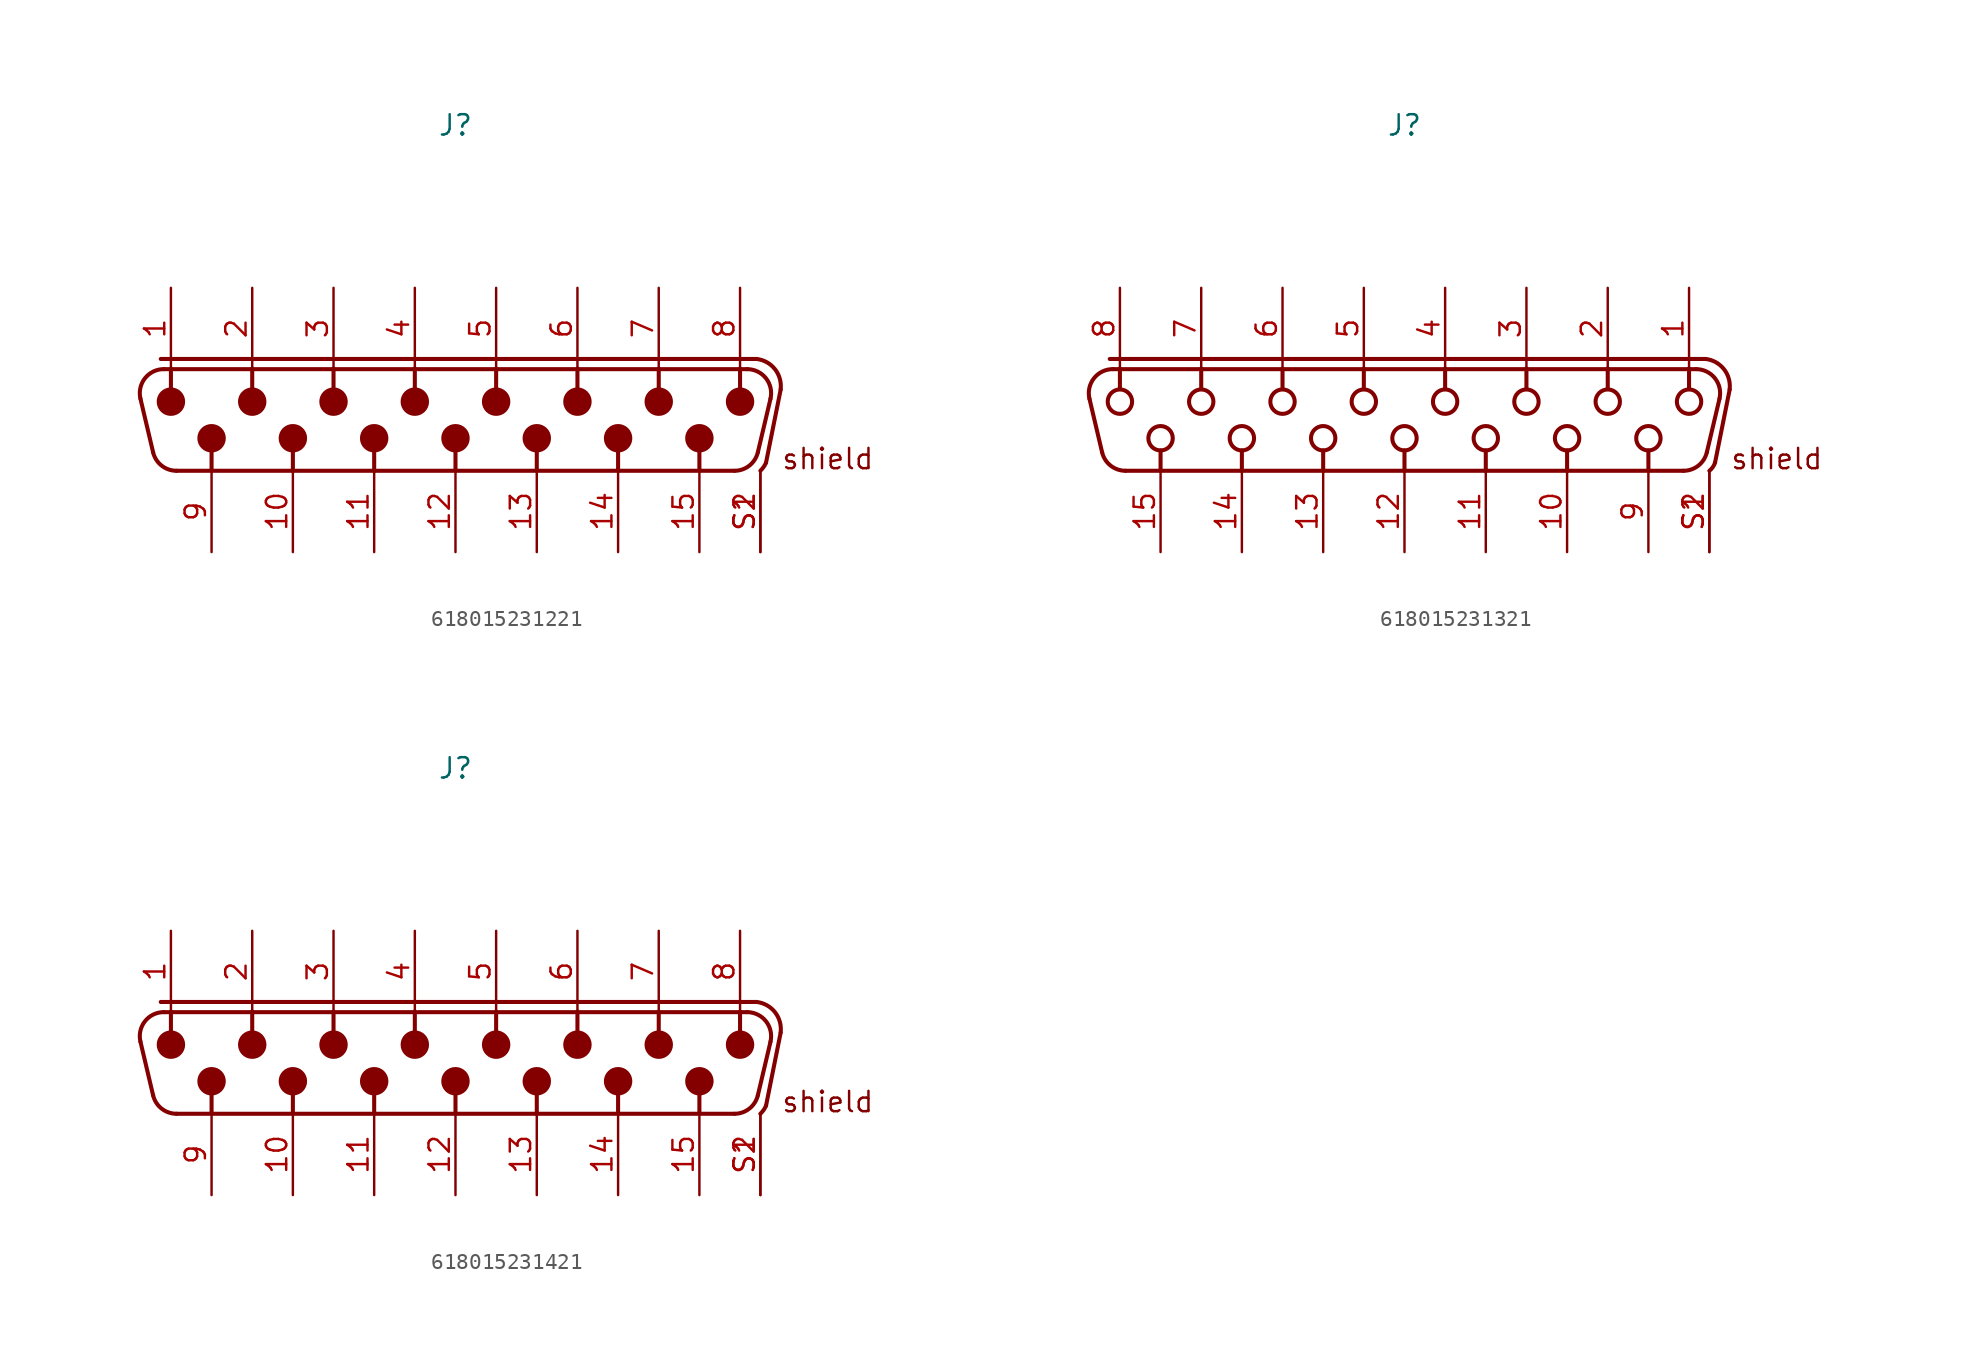
<source format=kicad_sym>
(kicad_symbol_lib
  (version 20241209)
  (generator "kicad_symbol_editor")
  (generator_version "9.0")
  (symbol "618015231221"
    (pin_names
      (hide yes))
    (property "Reference" "J"
      (at 0 17.78 0)
      (effects (font (size 1.27 1.27))))
    (symbol "618015231221_1_0"
      (polyline (pts (xy -18.893 -2.655) (xy -19.684 0.695)) (stroke (width 0.254) (type solid)) (fill (type none)))
      (polyline (pts (xy -18.415 3.175) (xy 18.82 3.175)) (stroke (width 0.254) (type solid)) (fill (type none)))
      (polyline (pts (xy -18.224 2.54) (xy 18.224 2.54)) (stroke (width 0.254) (type solid)) (fill (type none)))
      (arc (start -19.6842 0.695) (mid -19.4007 1.9707) (end -18.2243 2.54) (stroke (width 0.254) (type solid)) (fill (type none)))
      (polyline (pts (xy -17.78 2.58) (xy -17.78 0.4)) (stroke (width 0.254) (type solid)) (fill (type none)))
      (circle (center -17.78 0.508) (radius 0.762) (stroke (width 0.254) (type solid)) (fill (type outline)))
      (arc (start -17.433 -3.81) (mid -18.3638 -3.4862) (end -18.8928 -2.6547) (stroke (width 0.254) (type solid)) (fill (type none)))
      (circle (center -15.24 -1.778) (radius 0.762) (stroke (width 0.254) (type solid)) (fill (type outline)))
      (polyline (pts (xy -15.24 -3.81) (xy -15.24 -1.63)) (stroke (width 0.254) (type solid)) (fill (type none)))
      (polyline (pts (xy -12.7 2.58) (xy -12.7 0.4)) (stroke (width 0.254) (type solid)) (fill (type none)))
      (circle (center -12.7 0.508) (radius 0.762) (stroke (width 0.254) (type solid)) (fill (type outline)))
      (circle (center -10.16 -1.778) (radius 0.762) (stroke (width 0.254) (type solid)) (fill (type outline)))
      (polyline (pts (xy -10.16 -3.81) (xy -10.16 -1.63)) (stroke (width 0.254) (type solid)) (fill (type none)))
      (polyline (pts (xy -7.62 2.58) (xy -7.62 0.4)) (stroke (width 0.254) (type solid)) (fill (type none)))
      (circle (center -7.62 0.508) (radius 0.762) (stroke (width 0.254) (type solid)) (fill (type outline)))
      (circle (center -5.08 -1.778) (radius 0.762) (stroke (width 0.254) (type solid)) (fill (type outline)))
      (polyline (pts (xy -5.08 -3.81) (xy -5.08 -1.63)) (stroke (width 0.254) (type solid)) (fill (type none)))
      (polyline (pts (xy -2.54 2.58) (xy -2.54 0.4)) (stroke (width 0.254) (type solid)) (fill (type none)))
      (circle (center -2.54 0.508) (radius 0.762) (stroke (width 0.254) (type solid)) (fill (type outline)))
      (circle (center 0 -1.778) (radius 0.762) (stroke (width 0.254) (type solid)) (fill (type outline)))
      (polyline (pts (xy 0 -3.81) (xy 0 -1.63)) (stroke (width 0.254) (type solid)) (fill (type none)))
      (polyline (pts (xy 2.54 2.58) (xy 2.54 0.4)) (stroke (width 0.254) (type solid)) (fill (type none)))
      (circle (center 2.54 0.508) (radius 0.762) (stroke (width 0.254) (type solid)) (fill (type outline)))
      (circle (center 5.08 -1.778) (radius 0.762) (stroke (width 0.254) (type solid)) (fill (type outline)))
      (polyline (pts (xy 5.08 -3.81) (xy 5.08 -1.63)) (stroke (width 0.254) (type solid)) (fill (type none)))
      (polyline (pts (xy 7.62 2.58) (xy 7.62 0.4)) (stroke (width 0.254) (type solid)) (fill (type none)))
      (circle (center 7.62 0.508) (radius 0.762) (stroke (width 0.254) (type solid)) (fill (type outline)))
      (circle (center 10.16 -1.778) (radius 0.762) (stroke (width 0.254) (type solid)) (fill (type outline)))
      (polyline (pts (xy 10.16 -3.81) (xy 10.16 -1.63)) (stroke (width 0.254) (type solid)) (fill (type none)))
      (polyline (pts (xy 12.7 2.58) (xy 12.7 0.4)) (stroke (width 0.254) (type solid)) (fill (type none)))
      (circle (center 12.7 0.508) (radius 0.762) (stroke (width 0.254) (type solid)) (fill (type outline)))
      (circle (center 15.24 -1.778) (radius 0.762) (stroke (width 0.254) (type solid)) (fill (type outline)))
      (polyline (pts (xy 15.24 -3.81) (xy 15.24 -1.63)) (stroke (width 0.254) (type solid)) (fill (type none)))
      (arc (start 18.8928 -2.6548) (mid 18.3637 -3.4863) (end 17.4329 -3.81) (stroke (width 0.254) (type solid)) (fill (type none)))
      (polyline (pts (xy 17.433 -3.81) (xy -17.433 -3.81)) (stroke (width 0.254) (type solid)) (fill (type none)))
      (polyline (pts (xy 17.78 2.58) (xy 17.78 0.4)) (stroke (width 0.254) (type solid)) (fill (type none)))
      (circle (center 17.78 0.508) (radius 0.762) (stroke (width 0.254) (type solid)) (fill (type outline)))
      (arc (start 19.4039 -3.3037) (mid 19.2536 -3.5754) (end 19.05 -3.81) (stroke (width 0.254) (type solid)) (fill (type none)))
      (arc (start 18.2243 2.54) (mid 19.4007 1.9707) (end 19.6842 0.695) (stroke (width 0.254) (type solid)) (fill (type none)))
      (arc (start 18.82 3.175) (mid 19.9664 2.5346) (end 20.32 1.27) (stroke (width 0.254) (type solid)) (fill (type none)))
      (polyline (pts (xy 19.404 -3.304) (xy 20.32 1.27)) (stroke (width 0.254) (type solid)) (fill (type none)))
      (polyline (pts (xy 19.684 0.695) (xy 18.893 -2.655)) (stroke (width 0.254) (type solid)) (fill (type none)))
      (pin passive line (at -17.78 7.62 270) (length 5.08) (name "1" (effects (font (size 1.27 1.27)))) (number "1" (effects (font (size 1.27 1.27)))))
      (pin passive line (at -15.24 -8.89 90) (length 5.08) (name "9" (effects (font (size 1.27 1.27)))) (number "9" (effects (font (size 1.27 1.27)))))
      (pin passive line (at -12.7 7.62 270) (length 5.08) (name "2" (effects (font (size 1.27 1.27)))) (number "2" (effects (font (size 1.27 1.27)))))
      (pin passive line (at -10.16 -8.89 90) (length 5.08) (name "10" (effects (font (size 1.27 1.27)))) (number "10" (effects (font (size 1.27 1.27)))))
      (pin passive line (at -7.62 7.62 270) (length 5.08) (name "3" (effects (font (size 1.27 1.27)))) (number "3" (effects (font (size 1.27 1.27)))))
      (pin passive line (at -5.08 -8.89 90) (length 5.08) (name "11" (effects (font (size 1.27 1.27)))) (number "11" (effects (font (size 1.27 1.27)))))
      (pin passive line (at -2.54 7.62 270) (length 5.08) (name "4" (effects (font (size 1.27 1.27)))) (number "4" (effects (font (size 1.27 1.27)))))
      (pin passive line (at 0 -8.89 90) (length 5.08) (name "12" (effects (font (size 1.27 1.27)))) (number "12" (effects (font (size 1.27 1.27)))))
      (pin passive line (at 2.54 7.62 270) (length 5.08) (name "5" (effects (font (size 1.27 1.27)))) (number "5" (effects (font (size 1.27 1.27)))))
      (pin passive line (at 5.08 -8.89 90) (length 5.08) (name "13" (effects (font (size 1.27 1.27)))) (number "13" (effects (font (size 1.27 1.27)))))
      (pin passive line (at 7.62 7.62 270) (length 5.08) (name "6" (effects (font (size 1.27 1.27)))) (number "6" (effects (font (size 1.27 1.27)))))
      (pin passive line (at 10.16 -8.89 90) (length 5.08) (name "14" (effects (font (size 1.27 1.27)))) (number "14" (effects (font (size 1.27 1.27)))))
      (pin passive line (at 12.7 7.62 270) (length 5.08) (name "7" (effects (font (size 1.27 1.27)))) (number "7" (effects (font (size 1.27 1.27)))))
      (pin passive line (at 15.24 -8.89 90) (length 5.08) (name "15" (effects (font (size 1.27 1.27)))) (number "15" (effects (font (size 1.27 1.27)))))
      (pin passive line (at 17.78 7.62 270) (length 5.08) (name "8" (effects (font (size 1.27 1.27)))) (number "8" (effects (font (size 1.27 1.27)))))
      (pin passive line (at 19.05 -8.89 90) (length 5.08) (name "SHIELD" (effects (font (size 1.27 1.27)))) (number "S1" (effects (font (size 1.27 1.27)))))
      (pin passive line (at 19.05 -8.89 90) (length 5.08) (name "SHIELD" (effects (font (size 1.27 1.27)))) (number "S2" (effects (font (size 1.27 1.27))))))
    (symbol "618015231221_1_1"
      (text "shield" (at 20.32 -3.81 0) (effects (font (size 1.27 1.27)) (justify left bottom)))))
  (symbol "618015231321"
    (pin_names
      (hide yes))
    (property "Reference" "J"
      (at 0 17.78 0)
      (effects (font (size 1.27 1.27))))
    (symbol "618015231321_1_0"
      (polyline (pts (xy -18.893 -2.655) (xy -19.684 0.695)) (stroke (width 0.254) (type solid)) (fill (type none)))
      (polyline (pts (xy -18.415 3.175) (xy 18.82 3.175)) (stroke (width 0.254) (type solid)) (fill (type none)))
      (polyline (pts (xy -18.224 2.54) (xy 18.224 2.54)) (stroke (width 0.254) (type solid)) (fill (type none)))
      (arc (start -19.6842 0.695) (mid -19.4007 1.9707) (end -18.2243 2.54) (stroke (width 0.254) (type solid)) (fill (type none)))
      (polyline (pts (xy -17.78 2.58) (xy -17.78 1.3)) (stroke (width 0.254) (type solid)) (fill (type none)))
      (circle (center -17.78 0.508) (radius 0.762) (stroke (width 0.254) (type solid)) (fill (type none)))
      (arc (start -17.433 -3.81) (mid -18.3638 -3.4862) (end -18.8928 -2.6547) (stroke (width 0.254) (type solid)) (fill (type none)))
      (circle (center -15.24 -1.778) (radius 0.762) (stroke (width 0.254) (type solid)) (fill (type none)))
      (polyline (pts (xy -15.24 -2.54) (xy -15.24 -3.82)) (stroke (width 0.254) (type solid)) (fill (type none)))
      (polyline (pts (xy -12.7 2.58) (xy -12.7 1.3)) (stroke (width 0.254) (type solid)) (fill (type none)))
      (circle (center -12.7 0.508) (radius 0.762) (stroke (width 0.254) (type solid)) (fill (type none)))
      (circle (center -10.16 -1.778) (radius 0.762) (stroke (width 0.254) (type solid)) (fill (type none)))
      (polyline (pts (xy -10.16 -2.54) (xy -10.16 -3.82)) (stroke (width 0.254) (type solid)) (fill (type none)))
      (polyline (pts (xy -7.62 2.58) (xy -7.62 1.3)) (stroke (width 0.254) (type solid)) (fill (type none)))
      (circle (center -7.62 0.508) (radius 0.762) (stroke (width 0.254) (type solid)) (fill (type none)))
      (circle (center -5.08 -1.778) (radius 0.762) (stroke (width 0.254) (type solid)) (fill (type none)))
      (polyline (pts (xy -5.08 -2.54) (xy -5.08 -3.82)) (stroke (width 0.254) (type solid)) (fill (type none)))
      (polyline (pts (xy -2.54 2.58) (xy -2.54 1.3)) (stroke (width 0.254) (type solid)) (fill (type none)))
      (circle (center -2.54 0.508) (radius 0.762) (stroke (width 0.254) (type solid)) (fill (type none)))
      (circle (center 0 -1.778) (radius 0.762) (stroke (width 0.254) (type solid)) (fill (type none)))
      (polyline (pts (xy 0 -2.54) (xy 0 -3.82)) (stroke (width 0.254) (type solid)) (fill (type none)))
      (polyline (pts (xy 2.54 2.58) (xy 2.54 1.3)) (stroke (width 0.254) (type solid)) (fill (type none)))
      (circle (center 2.54 0.508) (radius 0.762) (stroke (width 0.254) (type solid)) (fill (type none)))
      (circle (center 5.08 -1.778) (radius 0.762) (stroke (width 0.254) (type solid)) (fill (type none)))
      (polyline (pts (xy 5.08 -2.54) (xy 5.08 -3.82)) (stroke (width 0.254) (type solid)) (fill (type none)))
      (polyline (pts (xy 7.62 2.58) (xy 7.62 1.3)) (stroke (width 0.254) (type solid)) (fill (type none)))
      (circle (center 7.62 0.508) (radius 0.762) (stroke (width 0.254) (type solid)) (fill (type none)))
      (circle (center 10.16 -1.778) (radius 0.762) (stroke (width 0.254) (type solid)) (fill (type none)))
      (polyline (pts (xy 10.16 -2.54) (xy 10.16 -3.82)) (stroke (width 0.254) (type solid)) (fill (type none)))
      (polyline (pts (xy 12.7 2.58) (xy 12.7 1.3)) (stroke (width 0.254) (type solid)) (fill (type none)))
      (circle (center 12.7 0.508) (radius 0.762) (stroke (width 0.254) (type solid)) (fill (type none)))
      (circle (center 15.24 -1.778) (radius 0.762) (stroke (width 0.254) (type solid)) (fill (type none)))
      (polyline (pts (xy 15.24 -2.54) (xy 15.24 -3.82)) (stroke (width 0.254) (type solid)) (fill (type none)))
      (arc (start 18.8928 -2.6548) (mid 18.3637 -3.4863) (end 17.4329 -3.81) (stroke (width 0.254) (type solid)) (fill (type none)))
      (polyline (pts (xy 17.433 -3.81) (xy -17.433 -3.81)) (stroke (width 0.254) (type solid)) (fill (type none)))
      (polyline (pts (xy 17.78 2.58) (xy 17.78 1.3)) (stroke (width 0.254) (type solid)) (fill (type none)))
      (circle (center 17.78 0.508) (radius 0.762) (stroke (width 0.254) (type solid)) (fill (type none)))
      (arc (start 18.2243 2.54) (mid 19.4007 1.9707) (end 19.6842 0.695) (stroke (width 0.254) (type solid)) (fill (type none)))
      (arc (start 19.4039 -3.3037) (mid 19.2648 -3.5833) (end 19.05 -3.81) (stroke (width 0.254) (type solid)) (fill (type none)))
      (arc (start 18.82 3.175) (mid 19.9664 2.5346) (end 20.32 1.27) (stroke (width 0.254) (type solid)) (fill (type none)))
      (polyline (pts (xy 19.404 -3.304) (xy 20.32 1.27)) (stroke (width 0.254) (type solid)) (fill (type none)))
      (polyline (pts (xy 19.684 0.695) (xy 18.893 -2.655)) (stroke (width 0.254) (type solid)) (fill (type none)))
      (pin passive line (at -17.78 7.62 270) (length 5.08) (name "8" (effects (font (size 1.27 1.27)))) (number "8" (effects (font (size 1.27 1.27)))))
      (pin passive line (at -15.24 -8.89 90) (length 5.08) (name "15" (effects (font (size 1.27 1.27)))) (number "15" (effects (font (size 1.27 1.27)))))
      (pin passive line (at -12.7 7.62 270) (length 5.08) (name "7" (effects (font (size 1.27 1.27)))) (number "7" (effects (font (size 1.27 1.27)))))
      (pin passive line (at -10.16 -8.89 90) (length 5.08) (name "14" (effects (font (size 1.27 1.27)))) (number "14" (effects (font (size 1.27 1.27)))))
      (pin passive line (at -7.62 7.62 270) (length 5.08) (name "6" (effects (font (size 1.27 1.27)))) (number "6" (effects (font (size 1.27 1.27)))))
      (pin passive line (at -5.08 -8.89 90) (length 5.08) (name "13" (effects (font (size 1.27 1.27)))) (number "13" (effects (font (size 1.27 1.27)))))
      (pin passive line (at -2.54 7.62 270) (length 5.08) (name "5" (effects (font (size 1.27 1.27)))) (number "5" (effects (font (size 1.27 1.27)))))
      (pin passive line (at 0 -8.89 90) (length 5.08) (name "12" (effects (font (size 1.27 1.27)))) (number "12" (effects (font (size 1.27 1.27)))))
      (pin passive line (at 2.54 7.62 270) (length 5.08) (name "4" (effects (font (size 1.27 1.27)))) (number "4" (effects (font (size 1.27 1.27)))))
      (pin passive line (at 5.08 -8.89 90) (length 5.08) (name "11" (effects (font (size 1.27 1.27)))) (number "11" (effects (font (size 1.27 1.27)))))
      (pin passive line (at 7.62 7.62 270) (length 5.08) (name "3" (effects (font (size 1.27 1.27)))) (number "3" (effects (font (size 1.27 1.27)))))
      (pin passive line (at 10.16 -8.89 90) (length 5.08) (name "10" (effects (font (size 1.27 1.27)))) (number "10" (effects (font (size 1.27 1.27)))))
      (pin passive line (at 12.7 7.62 270) (length 5.08) (name "2" (effects (font (size 1.27 1.27)))) (number "2" (effects (font (size 1.27 1.27)))))
      (pin passive line (at 15.24 -8.89 90) (length 5.08) (name "9" (effects (font (size 1.27 1.27)))) (number "9" (effects (font (size 1.27 1.27)))))
      (pin passive line (at 17.78 7.62 270) (length 5.08) (name "1" (effects (font (size 1.27 1.27)))) (number "1" (effects (font (size 1.27 1.27)))))
      (pin passive line (at 19.05 -8.89 90) (length 5.08) (name "SHIELD" (effects (font (size 1.27 1.27)))) (number "S1" (effects (font (size 1.27 1.27)))))
      (pin passive line (at 19.05 -8.89 90) (length 5.08) (name "SHIELD" (effects (font (size 1.27 1.27)))) (number "S2" (effects (font (size 1.27 1.27))))))
    (symbol "618015231321_1_1"
      (text "shield" (at 20.32 -3.81 0) (effects (font (size 1.27 1.27)) (justify left bottom)))))
  (symbol "618015231421"
    (pin_names
      (hide yes))
    (property "Reference" "J"
      (at 0 17.78 0)
      (effects (font (size 1.27 1.27))))
    (symbol "618015231421_1_0"
      (polyline (pts (xy -18.893 -2.655) (xy -19.684 0.695)) (stroke (width 0.254) (type solid)) (fill (type none)))
      (polyline (pts (xy -18.415 3.175) (xy 18.82 3.175)) (stroke (width 0.254) (type solid)) (fill (type none)))
      (polyline (pts (xy -18.224 2.54) (xy 18.224 2.54)) (stroke (width 0.254) (type solid)) (fill (type none)))
      (arc (start -19.6842 0.695) (mid -19.4007 1.9707) (end -18.2243 2.54) (stroke (width 0.254) (type solid)) (fill (type none)))
      (polyline (pts (xy -17.78 2.58) (xy -17.78 0.4)) (stroke (width 0.254) (type solid)) (fill (type none)))
      (circle (center -17.78 0.508) (radius 0.762) (stroke (width 0.254) (type solid)) (fill (type outline)))
      (arc (start -17.433 -3.81) (mid -18.3638 -3.4862) (end -18.8928 -2.6547) (stroke (width 0.254) (type solid)) (fill (type none)))
      (circle (center -15.24 -1.778) (radius 0.762) (stroke (width 0.254) (type solid)) (fill (type outline)))
      (polyline (pts (xy -15.24 -3.81) (xy -15.24 -1.63)) (stroke (width 0.254) (type solid)) (fill (type none)))
      (polyline (pts (xy -12.7 2.58) (xy -12.7 0.4)) (stroke (width 0.254) (type solid)) (fill (type none)))
      (circle (center -12.7 0.508) (radius 0.762) (stroke (width 0.254) (type solid)) (fill (type outline)))
      (circle (center -10.16 -1.778) (radius 0.762) (stroke (width 0.254) (type solid)) (fill (type outline)))
      (polyline (pts (xy -10.16 -3.81) (xy -10.16 -1.63)) (stroke (width 0.254) (type solid)) (fill (type none)))
      (polyline (pts (xy -7.62 2.58) (xy -7.62 0.4)) (stroke (width 0.254) (type solid)) (fill (type none)))
      (circle (center -7.62 0.508) (radius 0.762) (stroke (width 0.254) (type solid)) (fill (type outline)))
      (circle (center -5.08 -1.778) (radius 0.762) (stroke (width 0.254) (type solid)) (fill (type outline)))
      (polyline (pts (xy -5.08 -3.81) (xy -5.08 -1.63)) (stroke (width 0.254) (type solid)) (fill (type none)))
      (polyline (pts (xy -2.54 2.58) (xy -2.54 0.4)) (stroke (width 0.254) (type solid)) (fill (type none)))
      (circle (center -2.54 0.508) (radius 0.762) (stroke (width 0.254) (type solid)) (fill (type outline)))
      (circle (center 0 -1.778) (radius 0.762) (stroke (width 0.254) (type solid)) (fill (type outline)))
      (polyline (pts (xy 0 -3.81) (xy 0 -1.63)) (stroke (width 0.254) (type solid)) (fill (type none)))
      (polyline (pts (xy 2.54 2.58) (xy 2.54 0.4)) (stroke (width 0.254) (type solid)) (fill (type none)))
      (circle (center 2.54 0.508) (radius 0.762) (stroke (width 0.254) (type solid)) (fill (type outline)))
      (circle (center 5.08 -1.778) (radius 0.762) (stroke (width 0.254) (type solid)) (fill (type outline)))
      (polyline (pts (xy 5.08 -3.81) (xy 5.08 -1.63)) (stroke (width 0.254) (type solid)) (fill (type none)))
      (polyline (pts (xy 7.62 2.58) (xy 7.62 0.4)) (stroke (width 0.254) (type solid)) (fill (type none)))
      (circle (center 7.62 0.508) (radius 0.762) (stroke (width 0.254) (type solid)) (fill (type outline)))
      (circle (center 10.16 -1.778) (radius 0.762) (stroke (width 0.254) (type solid)) (fill (type outline)))
      (polyline (pts (xy 10.16 -3.81) (xy 10.16 -1.63)) (stroke (width 0.254) (type solid)) (fill (type none)))
      (polyline (pts (xy 12.7 2.58) (xy 12.7 0.4)) (stroke (width 0.254) (type solid)) (fill (type none)))
      (circle (center 12.7 0.508) (radius 0.762) (stroke (width 0.254) (type solid)) (fill (type outline)))
      (circle (center 15.24 -1.778) (radius 0.762) (stroke (width 0.254) (type solid)) (fill (type outline)))
      (polyline (pts (xy 15.24 -3.81) (xy 15.24 -1.63)) (stroke (width 0.254) (type solid)) (fill (type none)))
      (arc (start 18.8928 -2.6548) (mid 18.3637 -3.4863) (end 17.4329 -3.81) (stroke (width 0.254) (type solid)) (fill (type none)))
      (polyline (pts (xy 17.433 -3.81) (xy -17.433 -3.81)) (stroke (width 0.254) (type solid)) (fill (type none)))
      (polyline (pts (xy 17.78 2.58) (xy 17.78 0.4)) (stroke (width 0.254) (type solid)) (fill (type none)))
      (circle (center 17.78 0.508) (radius 0.762) (stroke (width 0.254) (type solid)) (fill (type outline)))
      (arc (start 19.4039 -3.3037) (mid 19.2536 -3.5754) (end 19.05 -3.81) (stroke (width 0.254) (type solid)) (fill (type none)))
      (arc (start 18.2243 2.54) (mid 19.4007 1.9707) (end 19.6842 0.695) (stroke (width 0.254) (type solid)) (fill (type none)))
      (arc (start 18.82 3.175) (mid 19.9664 2.5346) (end 20.32 1.27) (stroke (width 0.254) (type solid)) (fill (type none)))
      (polyline (pts (xy 19.404 -3.304) (xy 20.32 1.27)) (stroke (width 0.254) (type solid)) (fill (type none)))
      (polyline (pts (xy 19.684 0.695) (xy 18.893 -2.655)) (stroke (width 0.254) (type solid)) (fill (type none)))
      (pin passive line (at -17.78 7.62 270) (length 5.08) (name "1" (effects (font (size 1.27 1.27)))) (number "1" (effects (font (size 1.27 1.27)))))
      (pin passive line (at -15.24 -8.89 90) (length 5.08) (name "9" (effects (font (size 1.27 1.27)))) (number "9" (effects (font (size 1.27 1.27)))))
      (pin passive line (at -12.7 7.62 270) (length 5.08) (name "2" (effects (font (size 1.27 1.27)))) (number "2" (effects (font (size 1.27 1.27)))))
      (pin passive line (at -10.16 -8.89 90) (length 5.08) (name "10" (effects (font (size 1.27 1.27)))) (number "10" (effects (font (size 1.27 1.27)))))
      (pin passive line (at -7.62 7.62 270) (length 5.08) (name "3" (effects (font (size 1.27 1.27)))) (number "3" (effects (font (size 1.27 1.27)))))
      (pin passive line (at -5.08 -8.89 90) (length 5.08) (name "11" (effects (font (size 1.27 1.27)))) (number "11" (effects (font (size 1.27 1.27)))))
      (pin passive line (at -2.54 7.62 270) (length 5.08) (name "4" (effects (font (size 1.27 1.27)))) (number "4" (effects (font (size 1.27 1.27)))))
      (pin passive line (at 0 -8.89 90) (length 5.08) (name "12" (effects (font (size 1.27 1.27)))) (number "12" (effects (font (size 1.27 1.27)))))
      (pin passive line (at 2.54 7.62 270) (length 5.08) (name "5" (effects (font (size 1.27 1.27)))) (number "5" (effects (font (size 1.27 1.27)))))
      (pin passive line (at 5.08 -8.89 90) (length 5.08) (name "13" (effects (font (size 1.27 1.27)))) (number "13" (effects (font (size 1.27 1.27)))))
      (pin passive line (at 7.62 7.62 270) (length 5.08) (name "6" (effects (font (size 1.27 1.27)))) (number "6" (effects (font (size 1.27 1.27)))))
      (pin passive line (at 10.16 -8.89 90) (length 5.08) (name "14" (effects (font (size 1.27 1.27)))) (number "14" (effects (font (size 1.27 1.27)))))
      (pin passive line (at 12.7 7.62 270) (length 5.08) (name "7" (effects (font (size 1.27 1.27)))) (number "7" (effects (font (size 1.27 1.27)))))
      (pin passive line (at 15.24 -8.89 90) (length 5.08) (name "15" (effects (font (size 1.27 1.27)))) (number "15" (effects (font (size 1.27 1.27)))))
      (pin passive line (at 17.78 7.62 270) (length 5.08) (name "8" (effects (font (size 1.27 1.27)))) (number "8" (effects (font (size 1.27 1.27)))))
      (pin passive line (at 19.05 -8.89 90) (length 5.08) (name "SHIELD" (effects (font (size 1.27 1.27)))) (number "S1" (effects (font (size 1.27 1.27)))))
      (pin passive line (at 19.05 -8.89 90) (length 5.08) (name "SHIELD" (effects (font (size 1.27 1.27)))) (number "S2" (effects (font (size 1.27 1.27))))))
    (symbol "618015231421_1_1"
      (text "shield" (at 20.32 -3.81 0) (effects (font (size 1.27 1.27)) (justify left bottom))))))
</source>
